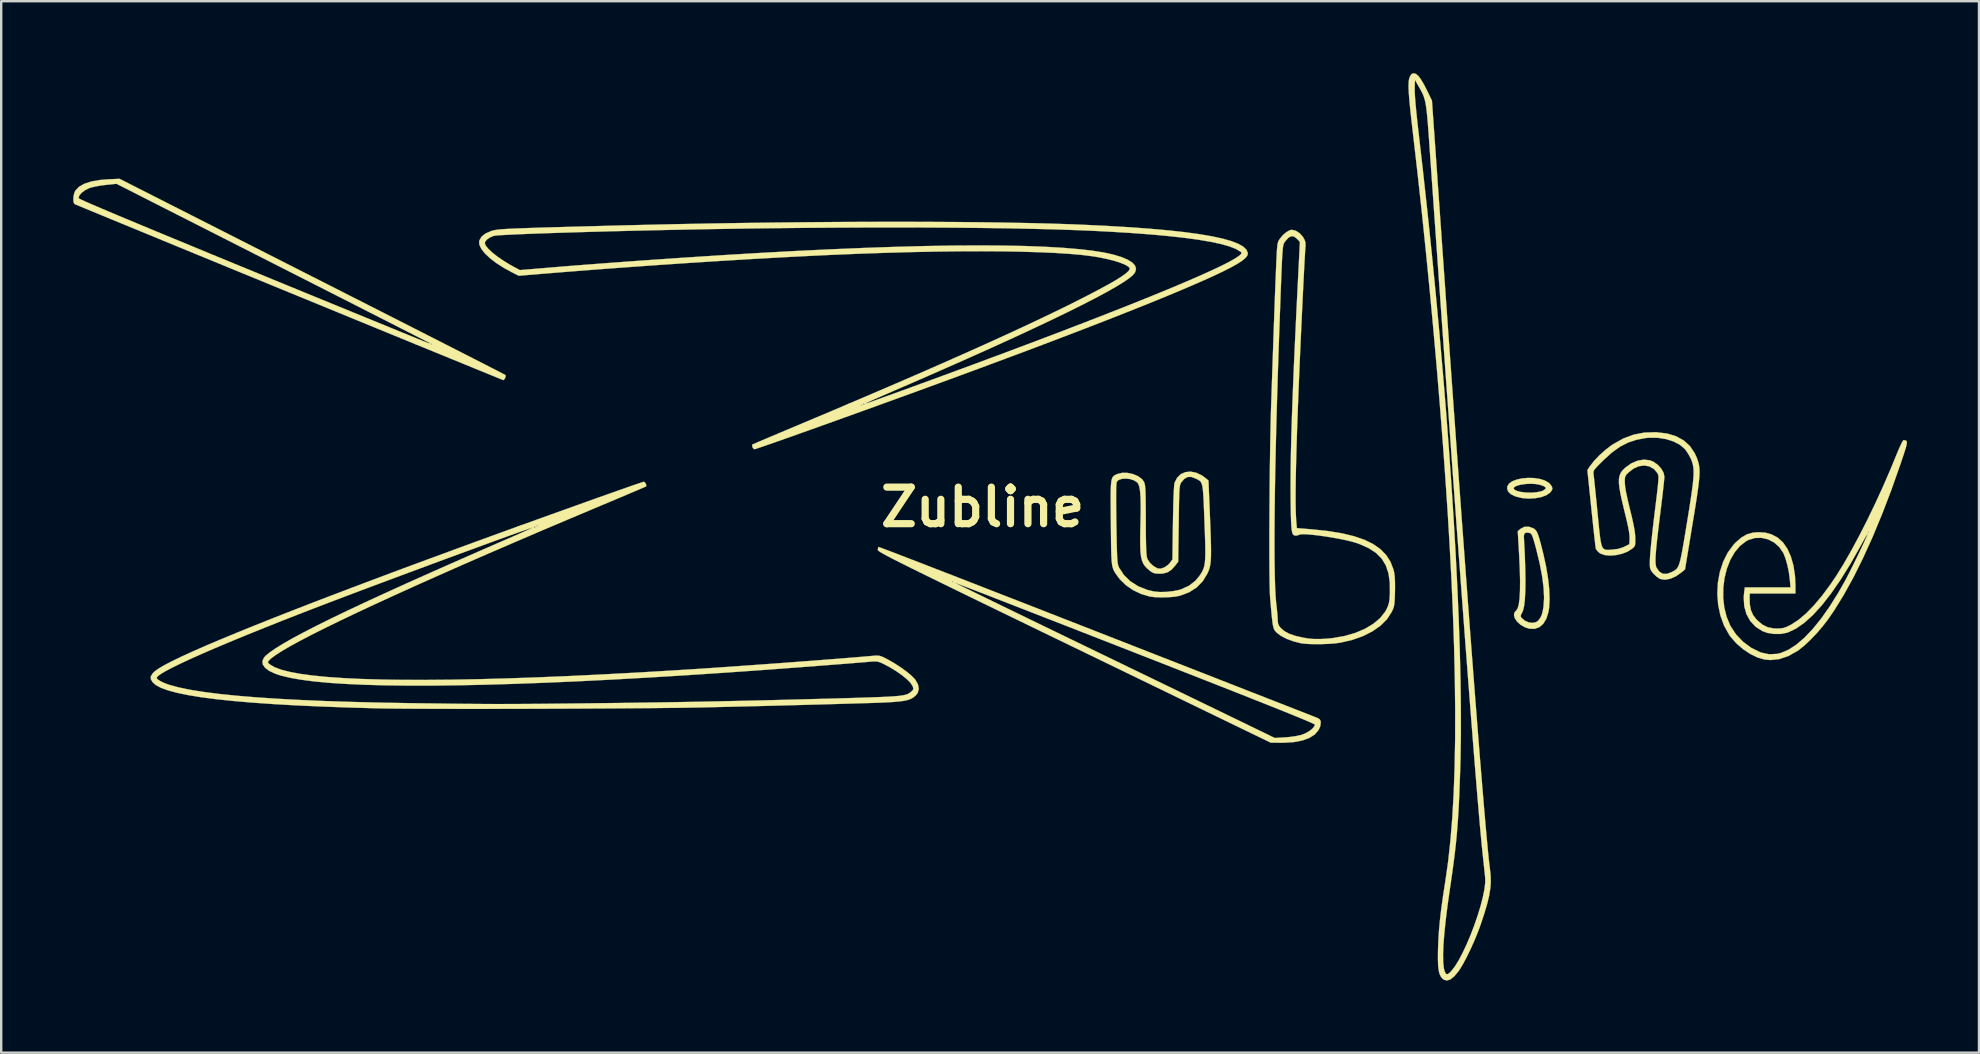
<source format=kicad_pcb>
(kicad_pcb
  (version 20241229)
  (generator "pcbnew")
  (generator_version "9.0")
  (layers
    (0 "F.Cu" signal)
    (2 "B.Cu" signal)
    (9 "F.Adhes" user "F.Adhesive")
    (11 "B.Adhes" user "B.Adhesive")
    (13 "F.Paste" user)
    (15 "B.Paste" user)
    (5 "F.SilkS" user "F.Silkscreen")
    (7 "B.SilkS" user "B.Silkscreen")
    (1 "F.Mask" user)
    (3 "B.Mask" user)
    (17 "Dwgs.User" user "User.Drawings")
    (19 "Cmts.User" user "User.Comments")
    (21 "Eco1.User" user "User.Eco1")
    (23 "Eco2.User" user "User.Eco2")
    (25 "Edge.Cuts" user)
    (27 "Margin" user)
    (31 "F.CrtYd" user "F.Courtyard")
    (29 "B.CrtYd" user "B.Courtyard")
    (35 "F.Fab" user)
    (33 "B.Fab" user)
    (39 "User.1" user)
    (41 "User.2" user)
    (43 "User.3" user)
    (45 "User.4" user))
  (footprint "Zubline"
    (layer "F.Cu")
    (at 37.893 18.081)
    (property "Reference" "Zubline" (at 0 0 0) (layer "F.SilkS") (effects (font (size 1.524 1.524) (thickness 0.3))))
    (attr through_hole)
    (fp_poly (pts (xy 22.969 -1.213) (xy 23.204 -1.179) (xy 23.412 -1.116) (xy 23.577 -1.023) (xy 23.633 -0.972) (xy 23.722 -0.853) (xy 23.74 -0.755) (xy 23.685 -0.654) (xy 23.629 -0.593) (xy 23.48 -0.493) (xy 23.271 -0.418) (xy 23.022 -0.371) (xy 22.754 -0.356) (xy 22.489 -0.377) (xy 22.459 -0.382) (xy 22.197 -0.448) (xy 22.006 -0.541) (xy 21.89 -0.657) (xy 21.86 -0.761) (xy 22.129 -0.761) (xy 22.146 -0.74) (xy 22.256 -0.678) (xy 22.427 -0.634) (xy 22.635 -0.609) (xy 22.859 -0.604) (xy 23.075 -0.62) (xy 23.262 -0.657) (xy 23.362 -0.695) (xy 23.45 -0.759) (xy 23.458 -0.817) (xy 23.385 -0.873) (xy 23.228 -0.929) (xy 23.22 -0.931) (xy 23.052 -0.963) (xy 22.865 -0.975) (xy 22.673 -0.969) (xy 22.49 -0.948) (xy 22.33 -0.914) (xy 22.207 -0.87) (xy 22.136 -0.818) (xy 22.129 -0.761) (xy 21.86 -0.761) (xy 21.851 -0.793) (xy 21.86 -0.861) (xy 21.931 -0.981) (xy 22.068 -1.078) (xy 22.256 -1.15) (xy 22.479 -1.198) (xy 22.722 -1.219) (xy 22.969 -1.213)) (stroke (width 0.01) (type solid)) (fill yes) (layer "F.SilkS"))
    (fp_poly (pts (xy 22.94 0.878) (xy 22.999 0.915) (xy 23.049 0.964) (xy 23.095 1.037) (xy 23.141 1.145) (xy 23.191 1.297) (xy 23.249 1.505) (xy 23.319 1.778) (xy 23.366 1.968) (xy 23.478 2.482) (xy 23.559 2.974) (xy 23.608 3.431) (xy 23.623 3.843) (xy 23.603 4.198) (xy 23.575 4.369) (xy 23.488 4.647) (xy 23.359 4.86) (xy 23.193 5.002) (xy 22.997 5.072) (xy 22.776 5.064) (xy 22.585 5.001) (xy 22.405 4.895) (xy 22.266 4.766) (xy 22.174 4.628) (xy 22.155 4.559) (xy 22.42 4.559) (xy 22.446 4.605) (xy 22.584 4.726) (xy 22.748 4.8) (xy 22.915 4.822) (xy 23.063 4.79) (xy 23.144 4.731) (xy 23.229 4.623) (xy 23.289 4.507) (xy 23.332 4.357) (xy 23.368 4.15) (xy 23.371 4.127) (xy 23.393 3.775) (xy 23.373 3.355) (xy 23.31 2.871) (xy 23.206 2.329) (xy 23.061 1.732) (xy 23.019 1.576) (xy 22.959 1.366) (xy 22.912 1.225) (xy 22.872 1.139) (xy 22.832 1.093) (xy 22.792 1.075) (xy 22.655 1.057) (xy 22.578 1.094) (xy 22.551 1.194) (xy 22.552 1.25) (xy 22.587 1.934) (xy 22.609 2.536) (xy 22.617 3.057) (xy 22.611 3.495) (xy 22.592 3.851) (xy 22.56 4.125) (xy 22.514 4.315) (xy 22.482 4.385) (xy 22.428 4.491) (xy 22.42 4.559) (xy 22.155 4.559) (xy 22.138 4.495) (xy 22.163 4.379) (xy 22.227 4.313) (xy 22.29 4.225) (xy 22.338 4.058) (xy 22.371 3.81) (xy 22.389 3.481) (xy 22.393 3.071) (xy 22.381 2.578) (xy 22.354 2.003) (xy 22.345 1.845) (xy 22.296 1.003) (xy 22.411 0.903) (xy 22.569 0.82) (xy 22.753 0.814) (xy 22.94 0.878)) (stroke (width 0.01) (type solid)) (fill yes) (layer "F.SilkS"))
    (fp_poly (pts (xy -27.94 -9.609) (xy -27.167 -9.217) (xy -26.414 -8.834) (xy -25.684 -8.464) (xy -24.981 -8.106) (xy -24.309 -7.765) (xy -23.67 -7.44) (xy -23.069 -7.134) (xy -22.509 -6.849) (xy -21.993 -6.586) (xy -21.525 -6.347) (xy -21.108 -6.134) (xy -20.747 -5.95) (xy -20.443 -5.794) (xy -20.201 -5.67) (xy -20.025 -5.579) (xy -19.917 -5.523) (xy -19.882 -5.504) (xy -19.874 -5.448) (xy -19.901 -5.369) (xy -19.944 -5.306) (xy -19.972 -5.294) (xy -20.014 -5.31) (xy -20.13 -5.357) (xy -20.317 -5.433) (xy -20.573 -5.538) (xy -20.893 -5.668) (xy -21.273 -5.823) (xy -21.711 -6.003) (xy -22.203 -6.204) (xy -22.745 -6.426) (xy -23.334 -6.667) (xy -23.645 -6.795) (xy -22.987 -6.795) (xy -22.966 -6.773) (xy -22.945 -6.795) (xy -22.966 -6.816) (xy -22.987 -6.795) (xy -23.645 -6.795) (xy -23.966 -6.926) (xy -24.639 -7.202) (xy -25.347 -7.492) (xy -26.089 -7.796) (xy -26.86 -8.113) (xy -27.656 -8.44) (xy -28.475 -8.776) (xy -28.892 -8.947) (xy -29.722 -9.288) (xy -30.531 -9.62) (xy -31.316 -9.942) (xy -32.073 -10.254) (xy -32.8 -10.552) (xy -33.492 -10.837) (xy -34.146 -11.106) (xy -34.758 -11.358) (xy -35.326 -11.592) (xy -35.845 -11.806) (xy -36.312 -11.998) (xy -36.723 -12.168) (xy -37.075 -12.313) (xy -37.365 -12.433) (xy -37.588 -12.526) (xy -37.743 -12.59) (xy -37.823 -12.624) (xy -37.835 -12.63) (xy -37.875 -12.698) (xy -37.888 -12.818) (xy -37.882 -12.896) (xy -37.669 -12.896) (xy -37.668 -12.874) (xy -37.635 -12.852) (xy -37.542 -12.806) (xy -37.385 -12.734) (xy -37.165 -12.637) (xy -36.879 -12.514) (xy -36.527 -12.364) (xy -36.107 -12.187) (xy -35.618 -11.982) (xy -35.059 -11.749) (xy -34.429 -11.487) (xy -33.726 -11.196) (xy -32.949 -10.875) (xy -32.098 -10.523) (xy -31.17 -10.141) (xy -30.374 -9.814) (xy -29.624 -9.506) (xy -28.896 -9.207) (xy -28.192 -8.918) (xy -27.516 -8.641) (xy -26.874 -8.378) (xy -26.267 -8.129) (xy -25.701 -7.897) (xy -25.179 -7.684) (xy -24.705 -7.49) (xy -24.283 -7.317) (xy -23.916 -7.168) (xy -23.609 -7.042) (xy -23.366 -6.944) (xy -23.189 -6.872) (xy -23.084 -6.831) (xy -23.054 -6.819) (xy -23.031 -6.831) (xy -23.035 -6.836) (xy -23.074 -6.857) (xy -23.185 -6.914) (xy -23.364 -7.006) (xy -23.607 -7.13) (xy -23.909 -7.284) (xy -24.268 -7.467) (xy -24.679 -7.677) (xy -25.139 -7.911) (xy -25.643 -8.167) (xy -26.188 -8.445) (xy -26.77 -8.741) (xy -27.385 -9.053) (xy -28.029 -9.38) (xy -28.698 -9.72) (xy -29.389 -10.071) (xy -29.572 -10.164) (xy -36.089 -13.473) (xy -36.536 -13.427) (xy -36.754 -13.399) (xy -36.969 -13.36) (xy -37.15 -13.316) (xy -37.223 -13.293) (xy -37.391 -13.211) (xy -37.533 -13.107) (xy -37.631 -12.997) (xy -37.669 -12.896) (xy -37.882 -12.896) (xy -37.877 -12.962) (xy -37.844 -13.101) (xy -37.806 -13.183) (xy -37.659 -13.342) (xy -37.437 -13.471) (xy -37.143 -13.568) (xy -36.78 -13.632) (xy -36.449 -13.659) (xy -35.962 -13.681) (xy -27.94 -9.609)) (stroke (width 0.01) (type solid)) (fill yes) (layer "F.SilkS"))
    (fp_poly (pts (xy -4.298 1.671) (xy -4.182 1.714) (xy -3.994 1.785) (xy -3.738 1.882) (xy -3.417 2.006) (xy -3.035 2.153) (xy -2.595 2.323) (xy -2.1 2.515) (xy -1.555 2.726) (xy -0.963 2.956) (xy -0.327 3.203) (xy 0.349 3.467) (xy 1.062 3.745) (xy 1.808 4.035) (xy 2.584 4.338) (xy 3.386 4.652) (xy 4.211 4.974) (xy 4.646 5.144) (xy 5.484 5.472) (xy 6.303 5.792) (xy 7.099 6.104) (xy 7.869 6.405) (xy 8.609 6.694) (xy 9.315 6.97) (xy 9.984 7.232) (xy 10.612 7.478) (xy 11.195 7.706) (xy 11.731 7.915) (xy 12.214 8.104) (xy 12.642 8.271) (xy 13.011 8.416) (xy 13.317 8.535) (xy 13.557 8.629) (xy 13.727 8.696) (xy 13.824 8.733) (xy 13.843 8.741) (xy 13.976 8.797) (xy 14.048 8.846) (xy 14.08 8.908) (xy 14.089 8.968) (xy 14.067 9.133) (xy 13.997 9.286) (xy 13.841 9.47) (xy 13.612 9.616) (xy 13.315 9.724) (xy 12.953 9.791) (xy 12.531 9.816) (xy 12.446 9.816) (xy 12.002 9.812) (xy 3.81 5.842) (xy 2.877 5.39) (xy 2.017 4.973) (xy 1.227 4.59) (xy 0.504 4.239) (xy -0.154 3.92) (xy -0.75 3.63) (xy -1.288 3.367) (xy -1.746 3.144) (xy -1.168 3.144) (xy -1.132 3.163) (xy -1.024 3.218) (xy -0.848 3.305) (xy -0.609 3.422) (xy -0.31 3.569) (xy 0.044 3.741) (xy 0.45 3.939) (xy 0.902 4.159) (xy 1.397 4.399) (xy 1.93 4.658) (xy 2.497 4.933) (xy 3.095 5.223) (xy 3.718 5.524) (xy 4.363 5.836) (xy 4.416 5.862) (xy 5.084 6.185) (xy 5.745 6.505) (xy 6.392 6.818) (xy 7.021 7.122) (xy 7.627 7.415) (xy 8.203 7.694) (xy 8.744 7.956) (xy 9.246 8.199) (xy 9.703 8.42) (xy 10.109 8.617) (xy 10.458 8.786) (xy 10.747 8.926) (xy 10.969 9.033) (xy 11.091 9.093) (xy 12.171 9.617) (xy 12.598 9.593) (xy 12.821 9.573) (xy 13.045 9.541) (xy 13.235 9.502) (xy 13.292 9.486) (xy 13.471 9.413) (xy 13.632 9.317) (xy 13.758 9.212) (xy 13.831 9.11) (xy 13.843 9.062) (xy 13.819 9.044) (xy 13.748 9.008) (xy 13.626 8.954) (xy 13.453 8.879) (xy 13.225 8.784) (xy 12.942 8.668) (xy 12.6 8.53) (xy 12.197 8.368) (xy 11.733 8.183) (xy 11.204 7.973) (xy 10.609 7.738) (xy 9.946 7.477) (xy 9.212 7.188) (xy 8.406 6.872) (xy 7.526 6.527) (xy 6.568 6.152) (xy 6.343 6.064) (xy 5.58 5.766) (xy 4.838 5.476) (xy 4.121 5.196) (xy 3.434 4.928) (xy 2.779 4.673) (xy 2.16 4.432) (xy 1.582 4.207) (xy 1.049 3.999) (xy 0.563 3.811) (xy 0.129 3.642) (xy -0.249 3.496) (xy -0.567 3.373) (xy -0.822 3.275) (xy -1.01 3.203) (xy -1.127 3.159) (xy -1.168 3.144) (xy -1.168 3.144) (xy -1.746 3.144) (xy -1.771 3.132) (xy -1.813 3.111) (xy -1.27 3.111) (xy -1.249 3.133) (xy -1.228 3.111) (xy -1.249 3.09) (xy -1.27 3.111) (xy -1.813 3.111) (xy -2.201 2.921) (xy -2.582 2.734) (xy -2.916 2.569) (xy -3.207 2.425) (xy -3.456 2.3) (xy -3.669 2.193) (xy -3.846 2.102) (xy -3.991 2.025) (xy -4.108 1.962) (xy -4.199 1.911) (xy -4.267 1.87) (xy -4.315 1.838) (xy -4.347 1.813) (xy -4.364 1.794) (xy -4.37 1.78) (xy -4.37 1.775) (xy -4.353 1.691) (xy -4.339 1.657) (xy -4.298 1.671)) (stroke (width 0.01) (type solid)) (fill yes) (layer "F.SilkS"))
    (fp_poly (pts (xy 38.433 -2.785) (xy 38.479 -2.77) (xy 38.504 -2.736) (xy 38.509 -2.674) (xy 38.491 -2.574) (xy 38.451 -2.426) (xy 38.385 -2.221) (xy 38.295 -1.95) (xy 38.251 -1.82) (xy 37.871 -0.74) (xy 37.482 0.277) (xy 37.088 1.228) (xy 36.688 2.11) (xy 36.286 2.92) (xy 35.881 3.653) (xy 35.477 4.308) (xy 35.217 4.685) (xy 34.996 4.972) (xy 34.748 5.259) (xy 34.49 5.529) (xy 34.238 5.765) (xy 34.008 5.951) (xy 33.943 5.995) (xy 33.568 6.205) (xy 33.198 6.33) (xy 32.833 6.371) (xy 32.576 6.348) (xy 32.283 6.263) (xy 31.976 6.112) (xy 31.675 5.91) (xy 31.397 5.668) (xy 31.163 5.4) (xy 31.108 5.324) (xy 30.894 4.94) (xy 30.74 4.519) (xy 30.646 4.072) (xy 30.623 3.768) (xy 30.856 3.768) (xy 30.901 4.178) (xy 30.999 4.571) (xy 31.151 4.935) (xy 31.161 4.954) (xy 31.391 5.302) (xy 31.682 5.607) (xy 32.019 5.858) (xy 32.386 6.04) (xy 32.443 6.06) (xy 32.766 6.13) (xy 33.094 6.114) (xy 33.259 6.075) (xy 33.573 5.943) (xy 33.901 5.731) (xy 34.24 5.441) (xy 34.587 5.076) (xy 34.941 4.639) (xy 35.297 4.133) (xy 35.655 3.56) (xy 35.905 3.122) (xy 35.999 2.946) (xy 36.109 2.733) (xy 36.229 2.494) (xy 36.354 2.241) (xy 36.478 1.987) (xy 36.594 1.744) (xy 36.697 1.524) (xy 36.782 1.339) (xy 36.842 1.201) (xy 36.87 1.123) (xy 36.872 1.113) (xy 36.853 1.136) (xy 36.801 1.222) (xy 36.723 1.358) (xy 36.626 1.533) (xy 36.573 1.63) (xy 36.155 2.367) (xy 35.748 3.021) (xy 35.352 3.594) (xy 34.968 4.085) (xy 34.597 4.493) (xy 34.237 4.818) (xy 33.889 5.06) (xy 33.555 5.219) (xy 33.522 5.23) (xy 33.263 5.282) (xy 32.975 5.284) (xy 32.695 5.239) (xy 32.492 5.166) (xy 32.207 4.983) (xy 31.984 4.745) (xy 31.825 4.458) (xy 31.733 4.128) (xy 31.711 3.763) (xy 31.726 3.582) (xy 31.756 3.344) (xy 33.662 3.344) (xy 33.632 3.016) (xy 33.593 2.716) (xy 33.531 2.417) (xy 33.455 2.146) (xy 33.371 1.929) (xy 33.36 1.907) (xy 33.191 1.66) (xy 32.975 1.471) (xy 32.725 1.342) (xy 32.454 1.279) (xy 32.177 1.285) (xy 31.908 1.367) (xy 31.817 1.414) (xy 31.558 1.613) (xy 31.336 1.877) (xy 31.153 2.195) (xy 31.011 2.555) (xy 30.913 2.945) (xy 30.861 3.353) (xy 30.856 3.768) (xy 30.623 3.768) (xy 30.611 3.613) (xy 30.634 3.153) (xy 30.715 2.706) (xy 30.852 2.283) (xy 31.044 1.897) (xy 31.291 1.561) (xy 31.368 1.48) (xy 31.607 1.271) (xy 31.842 1.135) (xy 32.092 1.062) (xy 32.322 1.044) (xy 32.615 1.063) (xy 32.865 1.131) (xy 33.102 1.256) (xy 33.138 1.279) (xy 33.351 1.473) (xy 33.532 1.738) (xy 33.678 2.063) (xy 33.784 2.44) (xy 33.848 2.86) (xy 33.866 3.249) (xy 33.867 3.598) (xy 31.962 3.598) (xy 31.958 3.736) (xy 31.964 4.041) (xy 32.01 4.287) (xy 32.099 4.492) (xy 32.239 4.676) (xy 32.275 4.713) (xy 32.491 4.895) (xy 32.714 5.005) (xy 32.966 5.053) (xy 33.084 5.057) (xy 33.243 5.053) (xy 33.369 5.034) (xy 33.494 4.99) (xy 33.651 4.913) (xy 33.694 4.891) (xy 33.99 4.699) (xy 34.306 4.432) (xy 34.636 4.094) (xy 34.976 3.69) (xy 35.32 3.226) (xy 35.573 2.853) (xy 35.878 2.36) (xy 36.199 1.798) (xy 36.531 1.18) (xy 36.604 1.037) (xy 36.872 1.037) (xy 36.894 1.058) (xy 36.915 1.037) (xy 36.894 1.016) (xy 36.872 1.037) (xy 36.604 1.037) (xy 36.868 0.517) (xy 37.202 -0.176) (xy 37.528 -0.889) (xy 37.84 -1.609) (xy 38.079 -2.191) (xy 38.165 -2.399) (xy 38.245 -2.575) (xy 38.31 -2.707) (xy 38.355 -2.78) (xy 38.369 -2.791) (xy 38.433 -2.785)) (stroke (width 0.01) (type solid)) (fill yes) (layer "F.SilkS"))
    (fp_poly (pts (xy 8.896 -1.436) (xy 9.135 -1.323) (xy 9.287 -1.212) (xy 9.409 -1.11) (xy 9.47 0.345) (xy 9.489 0.817) (xy 9.503 1.213) (xy 9.512 1.542) (xy 9.516 1.812) (xy 9.514 2.031) (xy 9.506 2.209) (xy 9.491 2.355) (xy 9.47 2.475) (xy 9.441 2.58) (xy 9.404 2.678) (xy 9.367 2.762) (xy 9.173 3.084) (xy 8.919 3.345) (xy 8.607 3.545) (xy 8.237 3.685) (xy 8.161 3.704) (xy 7.957 3.737) (xy 7.702 3.756) (xy 7.431 3.761) (xy 7.175 3.751) (xy 6.969 3.725) (xy 6.964 3.724) (xy 6.609 3.62) (xy 6.269 3.458) (xy 5.967 3.25) (xy 5.721 3.01) (xy 5.665 2.938) (xy 5.592 2.838) (xy 5.532 2.754) (xy 5.483 2.675) (xy 5.444 2.593) (xy 5.414 2.499) (xy 5.391 2.384) (xy 5.375 2.239) (xy 5.363 2.055) (xy 5.356 1.824) (xy 5.351 1.537) (xy 5.347 1.184) (xy 5.343 0.757) (xy 5.342 0.667) (xy 5.337 0.213) (xy 5.334 -0.163) (xy 5.334 -0.281) (xy 5.562 -0.281) (xy 5.565 0.122) (xy 5.571 0.608) (xy 5.572 0.686) (xy 5.58 1.108) (xy 5.586 1.454) (xy 5.593 1.732) (xy 5.6 1.952) (xy 5.608 2.121) (xy 5.618 2.249) (xy 5.63 2.344) (xy 5.645 2.414) (xy 5.662 2.469) (xy 5.684 2.517) (xy 5.684 2.518) (xy 5.886 2.828) (xy 6.154 3.089) (xy 6.482 3.297) (xy 6.863 3.448) (xy 7.144 3.515) (xy 7.378 3.536) (xy 7.656 3.53) (xy 7.94 3.499) (xy 8.195 3.447) (xy 8.269 3.424) (xy 8.597 3.275) (xy 8.864 3.068) (xy 9.036 2.861) (xy 9.103 2.76) (xy 9.158 2.665) (xy 9.201 2.567) (xy 9.234 2.456) (xy 9.257 2.323) (xy 9.271 2.16) (xy 9.278 1.957) (xy 9.277 1.705) (xy 9.27 1.394) (xy 9.258 1.017) (xy 9.242 0.615) (xy 9.227 0.198) (xy 9.213 -0.142) (xy 9.2 -0.415) (xy 9.185 -0.629) (xy 9.168 -0.791) (xy 9.146 -0.912) (xy 9.118 -0.998) (xy 9.082 -1.06) (xy 9.036 -1.104) (xy 8.979 -1.14) (xy 8.909 -1.176) (xy 8.881 -1.19) (xy 8.693 -1.26) (xy 8.536 -1.256) (xy 8.398 -1.174) (xy 8.29 -1.048) (xy 8.264 -1.011) (xy 8.244 -0.972) (xy 8.227 -0.922) (xy 8.214 -0.853) (xy 8.204 -0.757) (xy 8.195 -0.623) (xy 8.189 -0.445) (xy 8.183 -0.212) (xy 8.178 0.083) (xy 8.173 0.45) (xy 8.17 0.681) (xy 8.148 2.273) (xy 8.032 2.425) (xy 7.873 2.604) (xy 7.712 2.713) (xy 7.526 2.764) (xy 7.381 2.773) (xy 7.223 2.767) (xy 7.113 2.742) (xy 7.016 2.687) (xy 6.957 2.642) (xy 6.849 2.549) (xy 6.761 2.455) (xy 6.691 2.352) (xy 6.639 2.228) (xy 6.602 2.076) (xy 6.578 1.885) (xy 6.566 1.645) (xy 6.563 1.348) (xy 6.568 0.982) (xy 6.576 0.656) (xy 6.585 0.219) (xy 6.585 -0.141) (xy 6.577 -0.431) (xy 6.56 -0.656) (xy 6.533 -0.826) (xy 6.495 -0.946) (xy 6.447 -1.022) (xy 6.442 -1.027) (xy 6.314 -1.114) (xy 6.149 -1.169) (xy 5.97 -1.191) (xy 5.802 -1.179) (xy 5.665 -1.132) (xy 5.588 -1.058) (xy 5.576 -0.99) (xy 5.567 -0.837) (xy 5.563 -0.601) (xy 5.562 -0.281) (xy 5.334 -0.281) (xy 5.334 -0.47) (xy 5.337 -0.715) (xy 5.346 -0.907) (xy 5.359 -1.052) (xy 5.38 -1.159) (xy 5.408 -1.235) (xy 5.446 -1.287) (xy 5.493 -1.325) (xy 5.551 -1.354) (xy 5.622 -1.384) (xy 5.623 -1.384) (xy 5.82 -1.431) (xy 6.041 -1.427) (xy 6.266 -1.378) (xy 6.47 -1.293) (xy 6.633 -1.176) (xy 6.719 -1.061) (xy 6.74 -1.013) (xy 6.756 -0.954) (xy 6.769 -0.874) (xy 6.779 -0.764) (xy 6.786 -0.615) (xy 6.791 -0.418) (xy 6.795 -0.164) (xy 6.797 0.157) (xy 6.799 0.55) (xy 6.8 0.955) (xy 6.803 1.284) (xy 6.808 1.546) (xy 6.814 1.749) (xy 6.822 1.903) (xy 6.833 2.016) (xy 6.847 2.097) (xy 6.865 2.155) (xy 6.868 2.164) (xy 6.966 2.314) (xy 7.113 2.451) (xy 7.275 2.546) (xy 7.31 2.558) (xy 7.44 2.559) (xy 7.589 2.501) (xy 7.731 2.399) (xy 7.8 2.322) (xy 7.907 2.18) (xy 7.929 0.656) (xy 7.936 0.255) (xy 7.944 -0.105) (xy 7.954 -0.418) (xy 7.966 -0.674) (xy 7.977 -0.865) (xy 7.99 -0.983) (xy 7.996 -1.012) (xy 8.1 -1.223) (xy 8.253 -1.373) (xy 8.444 -1.459) (xy 8.662 -1.481) (xy 8.896 -1.436)) (stroke (width 0.01) (type solid)) (fill yes) (layer "F.SilkS"))
    (fp_poly (pts (xy 18.057 -18.05) (xy 18.156 -17.967) (xy 18.265 -17.821) (xy 18.391 -17.606) (xy 18.511 -17.37) (xy 18.721 -16.939) (xy 18.799 -15.825) (xy 18.815 -15.608) (xy 18.835 -15.316) (xy 18.861 -14.957) (xy 18.89 -14.539) (xy 18.923 -14.073) (xy 18.958 -13.566) (xy 18.996 -13.027) (xy 19.036 -12.465) (xy 19.076 -11.889) (xy 19.117 -11.308) (xy 19.135 -11.049) (xy 19.256 -9.336) (xy 19.374 -7.665) (xy 19.49 -6.038) (xy 19.603 -4.456) (xy 19.714 -2.921) (xy 19.821 -1.435) (xy 19.926 0.000159) (xy 20.028 1.383) (xy 20.126 2.712) (xy 20.221 3.984) (xy 20.312 5.199) (xy 20.4 6.354) (xy 20.484 7.448) (xy 20.564 8.478) (xy 20.64 9.444) (xy 20.711 10.342) (xy 20.779 11.172) (xy 20.842 11.932) (xy 20.9 12.62) (xy 20.953 13.234) (xy 21.002 13.772) (xy 21.045 14.232) (xy 21.083 14.613) (xy 21.116 14.913) (xy 21.142 15.113) (xy 21.168 15.377) (xy 21.172 15.638) (xy 21.15 15.908) (xy 21.101 16.201) (xy 21.022 16.53) (xy 20.91 16.909) (xy 20.765 17.351) (xy 20.763 17.357) (xy 20.638 17.697) (xy 20.493 18.053) (xy 20.335 18.405) (xy 20.174 18.737) (xy 20.018 19.031) (xy 19.875 19.267) (xy 19.832 19.329) (xy 19.657 19.542) (xy 19.496 19.674) (xy 19.348 19.723) (xy 19.216 19.69) (xy 19.145 19.632) (xy 19.081 19.545) (xy 19.032 19.433) (xy 18.999 19.285) (xy 18.978 19.09) (xy 18.97 18.838) (xy 18.972 18.518) (xy 18.977 18.339) (xy 18.992 17.971) (xy 19.017 17.596) (xy 19.055 17.199) (xy 19.105 16.767) (xy 19.171 16.285) (xy 19.254 15.739) (xy 19.283 15.557) (xy 19.396 14.755) (xy 19.491 13.883) (xy 19.568 12.941) (xy 19.626 11.926) (xy 19.666 10.838) (xy 19.687 9.676) (xy 19.689 8.437) (xy 19.674 7.12) (xy 19.64 5.725) (xy 19.588 4.25) (xy 19.536 3.069) (xy 19.466 1.735) (xy 19.383 0.328) (xy 19.285 -1.141) (xy 19.175 -2.662) (xy 19.053 -4.224) (xy 18.921 -5.817) (xy 18.778 -7.43) (xy 18.626 -9.053) (xy 18.466 -10.675) (xy 18.299 -12.286) (xy 18.125 -13.875) (xy 17.946 -15.431) (xy 17.887 -15.942) (xy 17.838 -16.377) (xy 17.8 -16.741) (xy 17.773 -17.043) (xy 17.755 -17.289) (xy 17.748 -17.454) (xy 18.001 -17.454) (xy 18.003 -17.304) (xy 18.016 -17.079) (xy 18.039 -16.786) (xy 18.073 -16.435) (xy 18.115 -16.033) (xy 18.158 -15.655) (xy 18.354 -13.941) (xy 18.54 -12.236) (xy 18.716 -10.544) (xy 18.881 -8.869) (xy 19.035 -7.215) (xy 19.177 -5.587) (xy 19.309 -3.989) (xy 19.428 -2.425) (xy 19.535 -0.9) (xy 19.63 0.583) (xy 19.713 2.019) (xy 19.782 3.403) (xy 19.839 4.733) (xy 19.882 6.002) (xy 19.911 7.207) (xy 19.926 8.344) (xy 19.927 9.408) (xy 19.913 10.395) (xy 19.901 10.863) (xy 19.879 11.495) (xy 19.857 12.056) (xy 19.832 12.562) (xy 19.804 13.026) (xy 19.771 13.464) (xy 19.732 13.89) (xy 19.685 14.317) (xy 19.631 14.761) (xy 19.566 15.237) (xy 19.491 15.758) (xy 19.473 15.877) (xy 19.374 16.572) (xy 19.296 17.196) (xy 19.238 17.749) (xy 19.201 18.228) (xy 19.185 18.632) (xy 19.19 18.959) (xy 19.216 19.207) (xy 19.256 19.357) (xy 19.304 19.445) (xy 19.362 19.464) (xy 19.442 19.415) (xy 19.521 19.336) (xy 19.675 19.139) (xy 19.838 18.876) (xy 20.005 18.559) (xy 20.172 18.202) (xy 20.335 17.817) (xy 20.487 17.417) (xy 20.626 17.015) (xy 20.745 16.624) (xy 20.84 16.257) (xy 20.907 15.926) (xy 20.941 15.645) (xy 20.94 15.452) (xy 20.928 15.333) (xy 20.909 15.15) (xy 20.884 14.919) (xy 20.857 14.661) (xy 20.832 14.436) (xy 20.799 14.11) (xy 20.76 13.702) (xy 20.715 13.213) (xy 20.666 12.645) (xy 20.611 11.999) (xy 20.552 11.278) (xy 20.487 10.483) (xy 20.418 9.616) (xy 20.345 8.679) (xy 20.267 7.673) (xy 20.185 6.6) (xy 20.098 5.462) (xy 20.008 4.262) (xy 19.914 2.999) (xy 19.816 1.677) (xy 19.714 0.297) (xy 19.609 -1.138) (xy 19.501 -2.629) (xy 19.39 -4.172) (xy 19.275 -5.765) (xy 19.158 -7.408) (xy 19.037 -9.098) (xy 18.915 -10.833) (xy 18.789 -12.612) (xy 18.661 -14.433) (xy 18.646 -14.645) (xy 18.611 -15.147) (xy 18.581 -15.572) (xy 18.554 -15.929) (xy 18.529 -16.226) (xy 18.505 -16.472) (xy 18.479 -16.673) (xy 18.452 -16.838) (xy 18.421 -16.976) (xy 18.385 -17.095) (xy 18.343 -17.202) (xy 18.293 -17.306) (xy 18.234 -17.414) (xy 18.165 -17.536) (xy 18.146 -17.568) (xy 18.013 -17.801) (xy 18.001 -17.454) (xy 17.748 -17.454) (xy 17.746 -17.486) (xy 17.747 -17.641) (xy 17.755 -17.761) (xy 17.772 -17.854) (xy 17.794 -17.918) (xy 17.853 -18.027) (xy 17.922 -18.072) (xy 17.965 -18.076) (xy 18.057 -18.05)) (stroke (width 0.01) (type solid)) (fill yes) (layer "F.SilkS"))
    (fp_poly (pts (xy 28.088 -3.12) (xy 28.522 -3.067) (xy 28.897 -2.953) (xy 29.214 -2.778) (xy 29.472 -2.542) (xy 29.671 -2.245) (xy 29.761 -2.044) (xy 29.801 -1.929) (xy 29.833 -1.818) (xy 29.856 -1.702) (xy 29.868 -1.574) (xy 29.871 -1.426) (xy 29.862 -1.248) (xy 29.841 -1.034) (xy 29.809 -0.774) (xy 29.764 -0.46) (xy 29.706 -0.085) (xy 29.634 0.36) (xy 29.579 0.694) (xy 29.266 2.595) (xy 29.121 2.715) (xy 28.886 2.88) (xy 28.652 2.984) (xy 28.434 3.024) (xy 28.244 2.996) (xy 28.197 2.975) (xy 28.08 2.894) (xy 27.959 2.78) (xy 27.922 2.737) (xy 27.862 2.658) (xy 27.825 2.59) (xy 27.805 2.509) (xy 27.799 2.393) (xy 27.801 2.221) (xy 27.803 2.162) (xy 27.811 2.021) (xy 27.828 1.81) (xy 27.854 1.541) (xy 27.886 1.227) (xy 27.924 0.882) (xy 27.966 0.517) (xy 28.001 0.229) (xy 28.05 -0.169) (xy 28.09 -0.492) (xy 28.119 -0.748) (xy 28.14 -0.946) (xy 28.153 -1.096) (xy 28.159 -1.205) (xy 28.157 -1.283) (xy 28.149 -1.338) (xy 28.136 -1.379) (xy 28.117 -1.415) (xy 28.115 -1.418) (xy 27.972 -1.587) (xy 27.782 -1.697) (xy 27.573 -1.736) (xy 27.34 -1.705) (xy 27.124 -1.609) (xy 26.929 -1.46) (xy 26.833 -1.368) (xy 26.781 -1.293) (xy 26.759 -1.203) (xy 26.755 -1.064) (xy 26.755 -1.038) (xy 26.769 -0.865) (xy 26.81 -0.615) (xy 26.88 -0.288) (xy 26.971 0.089) (xy 27.057 0.443) (xy 27.12 0.729) (xy 27.162 0.96) (xy 27.186 1.148) (xy 27.193 1.285) (xy 27.195 1.453) (xy 27.187 1.56) (xy 27.163 1.63) (xy 27.116 1.685) (xy 27.063 1.731) (xy 26.873 1.852) (xy 26.643 1.942) (xy 26.393 1.998) (xy 26.145 2.018) (xy 25.92 1.997) (xy 25.74 1.934) (xy 25.707 1.913) (xy 25.612 1.826) (xy 25.552 1.738) (xy 25.547 1.722) (xy 25.538 1.66) (xy 25.521 1.524) (xy 25.498 1.323) (xy 25.47 1.068) (xy 25.437 0.768) (xy 25.402 0.434) (xy 25.364 0.074) (xy 25.361 0.042) (xy 25.206 -1.459) (xy 25.448 -1.459) (xy 25.45 -1.4) (xy 25.455 -1.367) (xy 25.464 -1.287) (xy 25.481 -1.134) (xy 25.504 -0.919) (xy 25.531 -0.654) (xy 25.562 -0.349) (xy 25.595 -0.016) (xy 25.617 0.21) (xy 25.657 0.617) (xy 25.69 0.948) (xy 25.72 1.21) (xy 25.75 1.411) (xy 25.782 1.56) (xy 25.819 1.663) (xy 25.866 1.729) (xy 25.924 1.765) (xy 25.996 1.779) (xy 26.086 1.779) (xy 26.197 1.772) (xy 26.219 1.771) (xy 26.481 1.739) (xy 26.698 1.667) (xy 26.733 1.65) (xy 26.945 1.545) (xy 26.957 1.312) (xy 26.954 1.192) (xy 26.934 1.031) (xy 26.894 0.817) (xy 26.833 0.542) (xy 26.753 0.212) (xy 26.656 -0.19) (xy 26.583 -0.52) (xy 26.535 -0.788) (xy 26.511 -1.005) (xy 26.513 -1.179) (xy 26.54 -1.32) (xy 26.592 -1.438) (xy 26.67 -1.542) (xy 26.773 -1.642) (xy 26.775 -1.644) (xy 27.028 -1.825) (xy 27.292 -1.938) (xy 27.554 -1.981) (xy 27.802 -1.952) (xy 27.939 -1.897) (xy 28.121 -1.773) (xy 28.27 -1.612) (xy 28.37 -1.438) (xy 28.406 -1.273) (xy 28.4 -1.192) (xy 28.386 -1.039) (xy 28.363 -0.825) (xy 28.333 -0.562) (xy 28.298 -0.262) (xy 28.258 0.064) (xy 28.239 0.218) (xy 28.178 0.708) (xy 28.129 1.121) (xy 28.09 1.465) (xy 28.062 1.747) (xy 28.044 1.974) (xy 28.035 2.152) (xy 28.035 2.29) (xy 28.044 2.395) (xy 28.06 2.473) (xy 28.082 2.529) (xy 28.2 2.693) (xy 28.344 2.776) (xy 28.514 2.779) (xy 28.693 2.713) (xy 28.774 2.672) (xy 28.842 2.633) (xy 28.899 2.588) (xy 28.948 2.53) (xy 28.992 2.451) (xy 29.032 2.343) (xy 29.072 2.198) (xy 29.113 2.009) (xy 29.159 1.768) (xy 29.211 1.466) (xy 29.273 1.097) (xy 29.346 0.652) (xy 29.347 0.645) (xy 29.428 0.15) (xy 29.494 -0.271) (xy 29.546 -0.624) (xy 29.585 -0.918) (xy 29.61 -1.162) (xy 29.623 -1.362) (xy 29.623 -1.529) (xy 29.611 -1.668) (xy 29.588 -1.79) (xy 29.555 -1.901) (xy 29.511 -2.01) (xy 29.5 -2.034) (xy 29.414 -2.195) (xy 29.313 -2.351) (xy 29.255 -2.425) (xy 29.051 -2.599) (xy 28.784 -2.738) (xy 28.472 -2.836) (xy 28.13 -2.89) (xy 27.775 -2.893) (xy 27.632 -2.88) (xy 27.242 -2.807) (xy 26.889 -2.69) (xy 26.556 -2.518) (xy 26.228 -2.284) (xy 25.889 -1.979) (xy 25.871 -1.961) (xy 25.7 -1.792) (xy 25.581 -1.669) (xy 25.505 -1.581) (xy 25.464 -1.515) (xy 25.448 -1.459) (xy 25.206 -1.459) (xy 25.198 -1.545) (xy 25.309 -1.713) (xy 25.477 -1.929) (xy 25.698 -2.16) (xy 25.948 -2.384) (xy 26.203 -2.579) (xy 26.259 -2.616) (xy 26.691 -2.859) (xy 27.126 -3.022) (xy 27.579 -3.108) (xy 28.062 -3.122) (xy 28.088 -3.12)) (stroke (width 0.01) (type solid)) (fill yes) (layer "F.SilkS"))
    (fp_poly (pts (xy 13.044 -11.519) (xy 13.206 -11.417) (xy 13.341 -11.267) (xy 13.362 -11.234) (xy 13.421 -11.122) (xy 13.45 -11.025) (xy 13.455 -10.907) (xy 13.444 -10.763) (xy 13.437 -10.665) (xy 13.427 -10.492) (xy 13.413 -10.252) (xy 13.397 -9.957) (xy 13.38 -9.613) (xy 13.36 -9.232) (xy 13.34 -8.823) (xy 13.319 -8.394) (xy 13.315 -8.297) (xy 13.259 -7.109) (xy 13.21 -6.004) (xy 13.167 -4.983) (xy 13.131 -4.046) (xy 13.1 -3.192) (xy 13.076 -2.421) (xy 13.058 -1.733) (xy 13.046 -1.127) (xy 13.04 -0.603) (xy 13.04 -0.161) (xy 13.047 0.2) (xy 13.06 0.479) (xy 13.065 0.557) (xy 13.092 0.873) (xy 13.723 0.925) (xy 14.384 0.995) (xy 14.966 1.089) (xy 15.474 1.211) (xy 15.909 1.36) (xy 16.275 1.54) (xy 16.576 1.751) (xy 16.814 1.996) (xy 16.993 2.275) (xy 17.115 2.591) (xy 17.145 2.709) (xy 17.168 2.875) (xy 17.181 3.108) (xy 17.183 3.393) (xy 17.18 3.535) (xy 17.173 3.775) (xy 17.163 3.95) (xy 17.148 4.078) (xy 17.124 4.18) (xy 17.088 4.274) (xy 17.04 4.374) (xy 16.846 4.671) (xy 16.577 4.939) (xy 16.24 5.175) (xy 15.844 5.375) (xy 15.395 5.534) (xy 14.899 5.648) (xy 14.885 5.65) (xy 14.668 5.678) (xy 14.404 5.697) (xy 14.116 5.707) (xy 13.827 5.709) (xy 13.562 5.701) (xy 13.345 5.683) (xy 13.254 5.669) (xy 12.945 5.591) (xy 12.664 5.486) (xy 12.426 5.361) (xy 12.247 5.226) (xy 12.167 5.132) (xy 12.141 5.085) (xy 12.119 5.022) (xy 12.098 4.934) (xy 12.078 4.812) (xy 12.058 4.644) (xy 12.035 4.423) (xy 12.01 4.137) (xy 11.979 3.777) (xy 11.977 3.747) (xy 11.968 3.59) (xy 11.961 3.357) (xy 11.955 3.056) (xy 11.951 2.693) (xy 11.948 2.278) (xy 11.947 1.818) (xy 11.947 1.695) (xy 12.159 1.695) (xy 12.163 2.306) (xy 12.172 2.842) (xy 12.186 3.302) (xy 12.205 3.683) (xy 12.229 3.983) (xy 12.241 4.085) (xy 12.264 4.288) (xy 12.282 4.489) (xy 12.293 4.653) (xy 12.294 4.686) (xy 12.306 4.835) (xy 12.346 4.941) (xy 12.425 5.04) (xy 12.578 5.169) (xy 12.778 5.276) (xy 13.035 5.364) (xy 13.36 5.438) (xy 13.589 5.476) (xy 13.808 5.494) (xy 14.082 5.494) (xy 14.384 5.477) (xy 14.584 5.456) (xy 15.076 5.37) (xy 15.527 5.24) (xy 15.929 5.069) (xy 16.276 4.862) (xy 16.56 4.623) (xy 16.772 4.356) (xy 16.837 4.239) (xy 16.895 4.105) (xy 16.933 3.973) (xy 16.955 3.815) (xy 16.968 3.602) (xy 16.969 3.592) (xy 16.964 3.14) (xy 16.908 2.752) (xy 16.796 2.421) (xy 16.624 2.141) (xy 16.388 1.905) (xy 16.082 1.706) (xy 15.702 1.538) (xy 15.557 1.487) (xy 15.362 1.43) (xy 15.122 1.373) (xy 14.853 1.318) (xy 14.566 1.266) (xy 14.275 1.22) (xy 13.994 1.181) (xy 13.735 1.151) (xy 13.511 1.132) (xy 13.336 1.127) (xy 13.222 1.136) (xy 13.189 1.149) (xy 13.117 1.178) (xy 13.053 1.185) (xy 13 1.181) (xy 12.957 1.162) (xy 12.923 1.12) (xy 12.896 1.049) (xy 12.876 0.938) (xy 12.861 0.781) (xy 12.85 0.57) (xy 12.843 0.296) (xy 12.837 -0.049) (xy 12.833 -0.36) (xy 12.831 -0.807) (xy 12.832 -1.283) (xy 12.837 -1.792) (xy 12.847 -2.34) (xy 12.861 -2.932) (xy 12.88 -3.571) (xy 12.904 -4.263) (xy 12.933 -5.014) (xy 12.966 -5.826) (xy 13.006 -6.707) (xy 13.05 -7.66) (xy 13.1 -8.689) (xy 13.128 -9.242) (xy 13.219 -11.054) (xy 13.098 -11.18) (xy 12.975 -11.275) (xy 12.859 -11.29) (xy 12.74 -11.224) (xy 12.634 -11.107) (xy 12.607 -11.073) (xy 12.583 -11.043) (xy 12.563 -11.012) (xy 12.545 -10.973) (xy 12.53 -10.921) (xy 12.516 -10.849) (xy 12.504 -10.75) (xy 12.493 -10.62) (xy 12.482 -10.452) (xy 12.471 -10.239) (xy 12.459 -9.975) (xy 12.446 -9.655) (xy 12.431 -9.273) (xy 12.414 -8.821) (xy 12.395 -8.295) (xy 12.383 -7.959) (xy 12.339 -6.738) (xy 12.3 -5.568) (xy 12.266 -4.451) (xy 12.236 -3.389) (xy 12.212 -2.384) (xy 12.191 -1.439) (xy 12.176 -0.556) (xy 12.166 0.262) (xy 12.16 1.013) (xy 12.159 1.695) (xy 11.947 1.695) (xy 11.947 1.32) (xy 11.948 0.794) (xy 11.951 0.247) (xy 11.955 -0.314) (xy 11.959 -0.88) (xy 11.965 -1.443) (xy 11.973 -1.995) (xy 11.981 -2.529) (xy 11.99 -3.036) (xy 12 -3.509) (xy 12.011 -3.939) (xy 12.021 -4.255) (xy 12.049 -5.089) (xy 12.076 -5.882) (xy 12.102 -6.629) (xy 12.126 -7.325) (xy 12.149 -7.965) (xy 12.17 -8.545) (xy 12.189 -9.059) (xy 12.207 -9.503) (xy 12.222 -9.872) (xy 12.234 -10.158) (xy 12.248 -10.45) (xy 12.259 -10.671) (xy 12.272 -10.832) (xy 12.286 -10.948) (xy 12.305 -11.032) (xy 12.33 -11.095) (xy 12.363 -11.152) (xy 12.393 -11.195) (xy 12.517 -11.341) (xy 12.658 -11.461) (xy 12.794 -11.537) (xy 12.88 -11.557) (xy 13.044 -11.519)) (stroke (width 0.01) (type solid)) (fill yes) (layer "F.SilkS"))
    (fp_poly (pts (xy -2.276 -11.887) (xy -1.12 -11.88) (xy -0.018 -11.87) (xy 1.025 -11.854) (xy 2.004 -11.835) (xy 2.913 -11.812) (xy 3.746 -11.784) (xy 4.17 -11.767) (xy 5.186 -11.718) (xy 6.119 -11.663) (xy 6.969 -11.601) (xy 7.736 -11.533) (xy 8.421 -11.457) (xy 9.026 -11.375) (xy 9.55 -11.286) (xy 9.995 -11.189) (xy 10.36 -11.086) (xy 10.648 -10.974) (xy 10.857 -10.856) (xy 10.99 -10.729) (xy 11.047 -10.595) (xy 11.049 -10.561) (xy 11.024 -10.475) (xy 10.945 -10.377) (xy 10.81 -10.266) (xy 10.613 -10.138) (xy 10.352 -9.992) (xy 10.022 -9.825) (xy 9.619 -9.634) (xy 9.2 -9.445) (xy 8.609 -9.187) (xy 7.939 -8.904) (xy 7.192 -8.597) (xy 6.367 -8.265) (xy 5.468 -7.909) (xy 4.494 -7.53) (xy 3.448 -7.128) (xy 2.332 -6.704) (xy 1.145 -6.259) (xy -0.11 -5.792) (xy -1.432 -5.305) (xy -2.82 -4.797) (xy -4.272 -4.27) (xy -5.787 -3.724) (xy -7.212 -3.213) (xy -7.629 -3.065) (xy -8.021 -2.925) (xy -8.384 -2.797) (xy -8.708 -2.683) (xy -8.988 -2.586) (xy -9.214 -2.508) (xy -9.381 -2.452) (xy -9.481 -2.42) (xy -9.506 -2.413) (xy -9.562 -2.448) (xy -9.59 -2.501) (xy -9.605 -2.578) (xy -9.601 -2.605) (xy -9.56 -2.625) (xy -9.448 -2.673) (xy -9.274 -2.748) (xy -9.044 -2.846) (xy -8.767 -2.963) (xy -8.45 -3.097) (xy -8.101 -3.244) (xy -7.728 -3.401) (xy -7.724 -3.403) (xy -6.263 -4.018) (xy -5.707 -4.255) (xy -5.08 -4.255) (xy -5.059 -4.233) (xy -5.038 -4.255) (xy -5.059 -4.276) (xy -5.08 -4.255) (xy -5.707 -4.255) (xy -5.591 -4.304) (xy -4.981 -4.304) (xy -4.975 -4.279) (xy -4.953 -4.276) (xy -4.918 -4.291) (xy -4.925 -4.304) (xy -4.975 -4.309) (xy -4.981 -4.304) (xy -5.591 -4.304) (xy -4.881 -4.606) (xy -3.578 -5.165) (xy -2.355 -5.696) (xy -1.21 -6.2) (xy -0.143 -6.675) (xy 0.846 -7.123) (xy 1.757 -7.544) (xy 2.592 -7.938) (xy 3.349 -8.304) (xy 3.852 -8.554) (xy 4.385 -8.825) (xy 4.842 -9.064) (xy 5.226 -9.272) (xy 5.539 -9.452) (xy 5.783 -9.605) (xy 5.961 -9.732) (xy 6.075 -9.834) (xy 6.127 -9.914) (xy 6.128 -9.958) (xy 6.061 -10.03) (xy 5.921 -10.109) (xy 5.719 -10.189) (xy 5.465 -10.269) (xy 5.171 -10.343) (xy 4.847 -10.409) (xy 4.572 -10.454) (xy 4.131 -10.509) (xy 3.61 -10.555) (xy 3.013 -10.593) (xy 2.346 -10.622) (xy 1.613 -10.644) (xy 0.818 -10.658) (xy -0.034 -10.663) (xy -0.939 -10.66) (xy -1.892 -10.649) (xy -2.889 -10.629) (xy -3.924 -10.601) (xy -4.995 -10.565) (xy -6.095 -10.52) (xy -6.16 -10.518) (xy -7.26 -10.466) (xy -8.431 -10.405) (xy -9.659 -10.336) (xy -10.93 -10.259) (xy -12.232 -10.176) (xy -13.549 -10.087) (xy -14.87 -9.993) (xy -16.179 -9.896) (xy -17.465 -9.795) (xy -18.5 -9.71) (xy -19.327 -9.641) (xy -19.601 -9.779) (xy -19.956 -9.973) (xy -20.269 -10.174) (xy -20.532 -10.377) (xy -20.741 -10.575) (xy -20.889 -10.763) (xy -20.97 -10.936) (xy -20.974 -11.004) (xy -20.743 -11.004) (xy -20.707 -10.902) (xy -20.603 -10.771) (xy -20.443 -10.619) (xy -20.234 -10.453) (xy -19.986 -10.281) (xy -19.709 -10.11) (xy -19.558 -10.026) (xy -19.283 -9.877) (xy -17.879 -9.994) (xy -17.534 -10.023) (xy -17.121 -10.056) (xy -16.658 -10.092) (xy -16.161 -10.13) (xy -15.647 -10.169) (xy -15.134 -10.207) (xy -14.638 -10.243) (xy -14.365 -10.263) (xy -12.616 -10.384) (xy -10.938 -10.493) (xy -9.332 -10.589) (xy -7.798 -10.673) (xy -6.337 -10.743) (xy -4.951 -10.801) (xy -3.639 -10.846) (xy -2.404 -10.879) (xy -1.246 -10.899) (xy -0.165 -10.905) (xy 0.837 -10.899) (xy 1.76 -10.881) (xy 2.602 -10.849) (xy 3.363 -10.805) (xy 4.042 -10.747) (xy 4.572 -10.686) (xy 5.041 -10.612) (xy 5.444 -10.524) (xy 5.779 -10.423) (xy 6.044 -10.311) (xy 6.236 -10.19) (xy 6.353 -10.06) (xy 6.392 -9.924) (xy 6.351 -9.783) (xy 6.255 -9.663) (xy 6.09 -9.527) (xy 5.847 -9.362) (xy 5.528 -9.167) (xy 5.134 -8.945) (xy 4.667 -8.695) (xy 4.127 -8.418) (xy 3.517 -8.115) (xy 2.837 -7.786) (xy 2.09 -7.433) (xy 1.276 -7.055) (xy 0.397 -6.654) (xy -0.546 -6.231) (xy -1.552 -5.785) (xy -2.618 -5.318) (xy -3.408 -4.975) (xy -3.793 -4.808) (xy -4.107 -4.672) (xy -4.356 -4.563) (xy -4.548 -4.479) (xy -4.688 -4.416) (xy -4.783 -4.371) (xy -4.84 -4.342) (xy -4.866 -4.326) (xy -4.867 -4.319) (xy -4.858 -4.318) (xy -4.815 -4.332) (xy -4.699 -4.372) (xy -4.52 -4.436) (xy -4.284 -4.521) (xy -3.999 -4.624) (xy -3.673 -4.742) (xy -3.314 -4.872) (xy -2.929 -5.012) (xy -2.855 -5.039) (xy -1.59 -5.502) (xy -0.376 -5.949) (xy 0.784 -6.38) (xy 1.89 -6.795) (xy 2.94 -7.192) (xy 3.931 -7.572) (xy 4.863 -7.932) (xy 5.733 -8.273) (xy 6.54 -8.595) (xy 7.282 -8.895) (xy 7.957 -9.174) (xy 8.564 -9.431) (xy 9.101 -9.665) (xy 9.566 -9.875) (xy 9.959 -10.061) (xy 10.276 -10.223) (xy 10.516 -10.359) (xy 10.678 -10.469) (xy 10.692 -10.48) (xy 10.77 -10.549) (xy 10.789 -10.591) (xy 10.754 -10.632) (xy 10.732 -10.651) (xy 10.549 -10.76) (xy 10.284 -10.864) (xy 9.936 -10.963) (xy 9.506 -11.055) (xy 8.995 -11.142) (xy 8.405 -11.222) (xy 7.736 -11.296) (xy 6.989 -11.364) (xy 6.165 -11.425) (xy 5.266 -11.48) (xy 4.614 -11.513) (xy 3.846 -11.545) (xy 2.999 -11.573) (xy 2.077 -11.597) (xy 1.088 -11.617) (xy 0.035 -11.632) (xy -1.076 -11.644) (xy -2.239 -11.651) (xy -3.449 -11.654) (xy -4.7 -11.653) (xy -5.988 -11.647) (xy -7.306 -11.638) (xy -8.65 -11.624) (xy -10.014 -11.606) (xy -11.393 -11.584) (xy -12.782 -11.557) (xy -14.174 -11.527) (xy -14.732 -11.513) (xy -15.488 -11.494) (xy -16.205 -11.475) (xy -16.879 -11.455) (xy -17.506 -11.436) (xy -18.083 -11.417) (xy -18.604 -11.399) (xy -19.066 -11.381) (xy -19.466 -11.364) (xy -19.798 -11.348) (xy -20.059 -11.333) (xy -20.245 -11.32) (xy -20.351 -11.307) (xy -20.368 -11.304) (xy -20.528 -11.238) (xy -20.655 -11.15) (xy -20.731 -11.054) (xy -20.743 -11.004) (xy -20.974 -11.004) (xy -20.978 -11.086) (xy -20.974 -11.103) (xy -20.881 -11.267) (xy -20.713 -11.402) (xy -20.477 -11.505) (xy -20.448 -11.514) (xy -20.396 -11.528) (xy -20.34 -11.541) (xy -20.274 -11.552) (xy -20.193 -11.563) (xy -20.092 -11.574) (xy -19.967 -11.584) (xy -19.813 -11.593) (xy -19.623 -11.603) (xy -19.395 -11.613) (xy -19.121 -11.623) (xy -18.798 -11.634) (xy -18.421 -11.646) (xy -17.984 -11.659) (xy -17.483 -11.673) (xy -16.913 -11.689) (xy -16.268 -11.706) (xy -15.543 -11.726) (xy -15.494 -11.727) (xy -14.121 -11.761) (xy -12.744 -11.792) (xy -11.369 -11.818) (xy -10.002 -11.84) (xy -8.648 -11.858) (xy -7.313 -11.872) (xy -6.002 -11.882) (xy -4.722 -11.888) (xy -3.478 -11.89) (xy -2.276 -11.887)) (stroke (width 0.01) (type solid)) (fill yes) (layer "F.SilkS"))
    (fp_poly (pts (xy -14.066 -1.025) (xy -14.026 -0.953) (xy -14.013 -0.884) (xy -14.021 -0.866) (xy -14.062 -0.847) (xy -14.174 -0.798) (xy -14.348 -0.723) (xy -14.578 -0.626) (xy -14.855 -0.508) (xy -15.172 -0.374) (xy -15.521 -0.227) (xy -15.894 -0.071) (xy -15.898 -0.069) (xy -17.157 0.462) (xy -18.367 0.975) (xy -19.525 1.472) (xy -20.631 1.949) (xy -21.682 2.408) (xy -22.677 2.848) (xy -23.614 3.266) (xy -24.492 3.664) (xy -25.309 4.039) (xy -26.062 4.391) (xy -26.752 4.72) (xy -27.375 5.024) (xy -27.931 5.303) (xy -28.417 5.556) (xy -28.833 5.782) (xy -29.175 5.981) (xy -29.443 6.152) (xy -29.635 6.293) (xy -29.731 6.382) (xy -29.778 6.444) (xy -29.771 6.488) (xy -29.704 6.549) (xy -29.696 6.555) (xy -29.5 6.67) (xy -29.223 6.774) (xy -28.863 6.866) (xy -28.423 6.947) (xy -27.903 7.017) (xy -27.304 7.076) (xy -26.628 7.123) (xy -25.876 7.159) (xy -25.048 7.183) (xy -24.146 7.197) (xy -23.17 7.198) (xy -22.123 7.189) (xy -21.004 7.168) (xy -19.816 7.136) (xy -18.559 7.092) (xy -17.233 7.037) (xy -15.841 6.97) (xy -14.384 6.892) (xy -12.861 6.802) (xy -12.383 6.772) (xy -11.826 6.737) (xy -11.215 6.696) (xy -10.563 6.651) (xy -9.881 6.603) (xy -9.182 6.553) (xy -8.477 6.502) (xy -7.778 6.45) (xy -7.097 6.399) (xy -6.448 6.348) (xy -5.84 6.301) (xy -5.287 6.256) (xy -4.801 6.215) (xy -4.587 6.196) (xy -4.44 6.185) (xy -4.331 6.188) (xy -4.233 6.211) (xy -4.118 6.261) (xy -3.958 6.344) (xy -3.95 6.348) (xy -3.676 6.505) (xy -3.41 6.678) (xy -3.168 6.853) (xy -2.968 7.02) (xy -2.825 7.166) (xy -2.806 7.189) (xy -2.695 7.384) (xy -2.661 7.57) (xy -2.704 7.738) (xy -2.786 7.845) (xy -2.861 7.91) (xy -2.944 7.965) (xy -3.043 8.01) (xy -3.166 8.047) (xy -3.323 8.077) (xy -3.521 8.101) (xy -3.77 8.121) (xy -4.077 8.138) (xy -4.452 8.153) (xy -4.902 8.167) (xy -4.911 8.167) (xy -6.238 8.206) (xy -7.629 8.244) (xy -9.064 8.282) (xy -10.521 8.317) (xy -11.578 8.342) (xy -11.943 8.349) (xy -12.377 8.356) (xy -12.875 8.363) (xy -13.428 8.369) (xy -14.03 8.375) (xy -14.674 8.38) (xy -15.353 8.385) (xy -16.06 8.389) (xy -16.787 8.393) (xy -17.528 8.396) (xy -18.276 8.399) (xy -19.023 8.401) (xy -19.763 8.403) (xy -20.489 8.404) (xy -21.193 8.404) (xy -21.868 8.404) (xy -22.509 8.403) (xy -23.106 8.401) (xy -23.654 8.399) (xy -24.146 8.396) (xy -24.574 8.392) (xy -24.931 8.387) (xy -25.209 8.382) (xy -26.422 8.348) (xy -27.55 8.307) (xy -28.594 8.26) (xy -29.554 8.205) (xy -30.43 8.144) (xy -31.224 8.076) (xy -31.934 8.002) (xy -32.561 7.92) (xy -33.105 7.831) (xy -33.567 7.736) (xy -33.947 7.633) (xy -34.244 7.524) (xy -34.459 7.408) (xy -34.585 7.294) (xy -34.659 7.165) (xy -34.658 7.115) (xy -34.417 7.115) (xy -34.379 7.171) (xy -34.276 7.241) (xy -34.123 7.316) (xy -33.938 7.388) (xy -33.872 7.409) (xy -33.485 7.513) (xy -33.015 7.61) (xy -32.46 7.699) (xy -31.822 7.781) (xy -31.101 7.855) (xy -30.296 7.922) (xy -29.408 7.982) (xy -28.438 8.034) (xy -27.385 8.079) (xy -26.25 8.116) (xy -25.033 8.146) (xy -23.77 8.168) (xy -23.153 8.176) (xy -22.597 8.183) (xy -22.094 8.19) (xy -21.632 8.195) (xy -21.202 8.198) (xy -20.793 8.201) (xy -20.394 8.203) (xy -19.996 8.203) (xy -19.589 8.202) (xy -19.161 8.2) (xy -18.703 8.197) (xy -18.205 8.193) (xy -17.655 8.187) (xy -17.045 8.181) (xy -16.363 8.173) (xy -16.15 8.17) (xy -15.167 8.159) (xy -14.244 8.146) (xy -13.368 8.134) (xy -12.523 8.12) (xy -11.694 8.105) (xy -10.866 8.088) (xy -10.025 8.07) (xy -9.156 8.05) (xy -8.243 8.027) (xy -7.272 8.002) (xy -6.477 7.981) (xy -5.874 7.964) (xy -5.349 7.949) (xy -4.898 7.935) (xy -4.512 7.922) (xy -4.188 7.909) (xy -3.918 7.896) (xy -3.698 7.882) (xy -3.519 7.867) (xy -3.378 7.85) (xy -3.268 7.83) (xy -3.182 7.808) (xy -3.115 7.782) (xy -3.062 7.753) (xy -3.015 7.719) (xy -2.977 7.688) (xy -2.904 7.616) (xy -2.887 7.553) (xy -2.917 7.459) (xy -2.919 7.455) (xy -3.004 7.324) (xy -3.155 7.17) (xy -3.359 7.003) (xy -3.603 6.832) (xy -3.875 6.666) (xy -4.128 6.533) (xy -4.261 6.471) (xy -4.365 6.437) (xy -4.471 6.426) (xy -4.612 6.432) (xy -4.72 6.442) (xy -4.829 6.452) (xy -5.012 6.467) (xy -5.261 6.487) (xy -5.565 6.512) (xy -5.916 6.54) (xy -6.304 6.57) (xy -6.719 6.602) (xy -7.152 6.636) (xy -7.26 6.644) (xy -9.008 6.775) (xy -10.694 6.894) (xy -12.317 7.001) (xy -13.877 7.097) (xy -15.372 7.181) (xy -16.801 7.253) (xy -18.164 7.313) (xy -19.457 7.361) (xy -20.682 7.398) (xy -21.836 7.422) (xy -22.919 7.435) (xy -23.928 7.436) (xy -24.864 7.425) (xy -25.725 7.402) (xy -26.51 7.367) (xy -27.217 7.321) (xy -27.846 7.262) (xy -28.395 7.191) (xy -28.864 7.108) (xy -29.251 7.014) (xy -29.477 6.939) (xy -29.726 6.822) (xy -29.899 6.693) (xy -29.994 6.555) (xy -30.01 6.412) (xy -29.943 6.268) (xy -29.877 6.195) (xy -29.702 6.051) (xy -29.457 5.881) (xy -29.142 5.687) (xy -28.756 5.466) (xy -28.296 5.22) (xy -27.764 4.946) (xy -27.158 4.646) (xy -26.477 4.318) (xy -25.72 3.962) (xy -24.886 3.578) (xy -23.975 3.164) (xy -22.986 2.722) (xy -22.775 2.629) (xy -22.352 2.441) (xy -21.913 2.248) (xy -21.472 2.053) (xy -21.043 1.865) (xy -20.64 1.689) (xy -20.278 1.531) (xy -19.971 1.397) (xy -19.823 1.333) (xy -19.545 1.213) (xy -19.295 1.103) (xy -19.082 1.008) (xy -18.917 0.933) (xy -18.81 0.882) (xy -18.77 0.86) (xy -18.77 0.859) (xy -18.812 0.869) (xy -18.928 0.908) (xy -19.112 0.971) (xy -19.358 1.058) (xy -19.66 1.166) (xy -20.012 1.293) (xy -20.409 1.437) (xy -20.845 1.596) (xy -21.313 1.768) (xy -21.809 1.95) (xy -22.326 2.14) (xy -22.858 2.337) (xy -23.4 2.538) (xy -23.947 2.741) (xy -24.491 2.943) (xy -25.028 3.144) (xy -25.552 3.34) (xy -26.056 3.529) (xy -26.536 3.71) (xy -26.984 3.88) (xy -27.396 4.037) (xy -27.686 4.148) (xy -28.526 4.473) (xy -29.321 4.785) (xy -30.069 5.084) (xy -30.768 5.367) (xy -31.413 5.634) (xy -32.004 5.883) (xy -32.536 6.114) (xy -33.008 6.325) (xy -33.416 6.515) (xy -33.759 6.682) (xy -34.033 6.826) (xy -34.236 6.946) (xy -34.364 7.04) (xy -34.416 7.107) (xy -34.417 7.115) (xy -34.658 7.115) (xy -34.658 7.047) (xy -34.582 6.925) (xy -34.493 6.839) (xy -34.337 6.727) (xy -34.102 6.588) (xy -33.788 6.424) (xy -33.398 6.235) (xy -32.931 6.021) (xy -32.39 5.783) (xy -31.775 5.522) (xy -31.088 5.237) (xy -30.329 4.929) (xy -29.5 4.599) (xy -28.602 4.247) (xy -27.636 3.873) (xy -26.603 3.479) (xy -25.504 3.064) (xy -24.341 2.628) (xy -23.114 2.174) (xy -21.825 1.7) (xy -20.765 1.312) (xy -20.212 1.111) (xy -19.65 0.908) (xy -19.404 0.818) (xy -18.697 0.818) (xy -18.691 0.844) (xy -18.669 0.847) (xy -18.634 0.831) (xy -18.641 0.818) (xy -18.691 0.813) (xy -18.697 0.818) (xy -19.404 0.818) (xy -19.306 0.783) (xy -18.584 0.783) (xy -18.563 0.804) (xy -18.542 0.783) (xy -18.563 0.762) (xy -18.584 0.783) (xy -19.306 0.783) (xy -19.086 0.704) (xy -18.525 0.501) (xy -17.973 0.303) (xy -17.436 0.11) (xy -16.919 -0.075) (xy -16.428 -0.251) (xy -15.968 -0.415) (xy -15.546 -0.564) (xy -15.168 -0.698) (xy -14.838 -0.814) (xy -14.563 -0.91) (xy -14.348 -0.983) (xy -14.2 -1.033) (xy -14.123 -1.057) (xy -14.114 -1.058) (xy -14.066 -1.025)) (stroke (width 0.01) (type solid)) (fill yes) (layer "F.SilkS")))
  (gr_rect
    (start -3 -3)
    (end 79.407 40.81)
    (stroke (width 0.1) (type default))
    (fill no)
    (layer "Edge.Cuts")))
</source>
